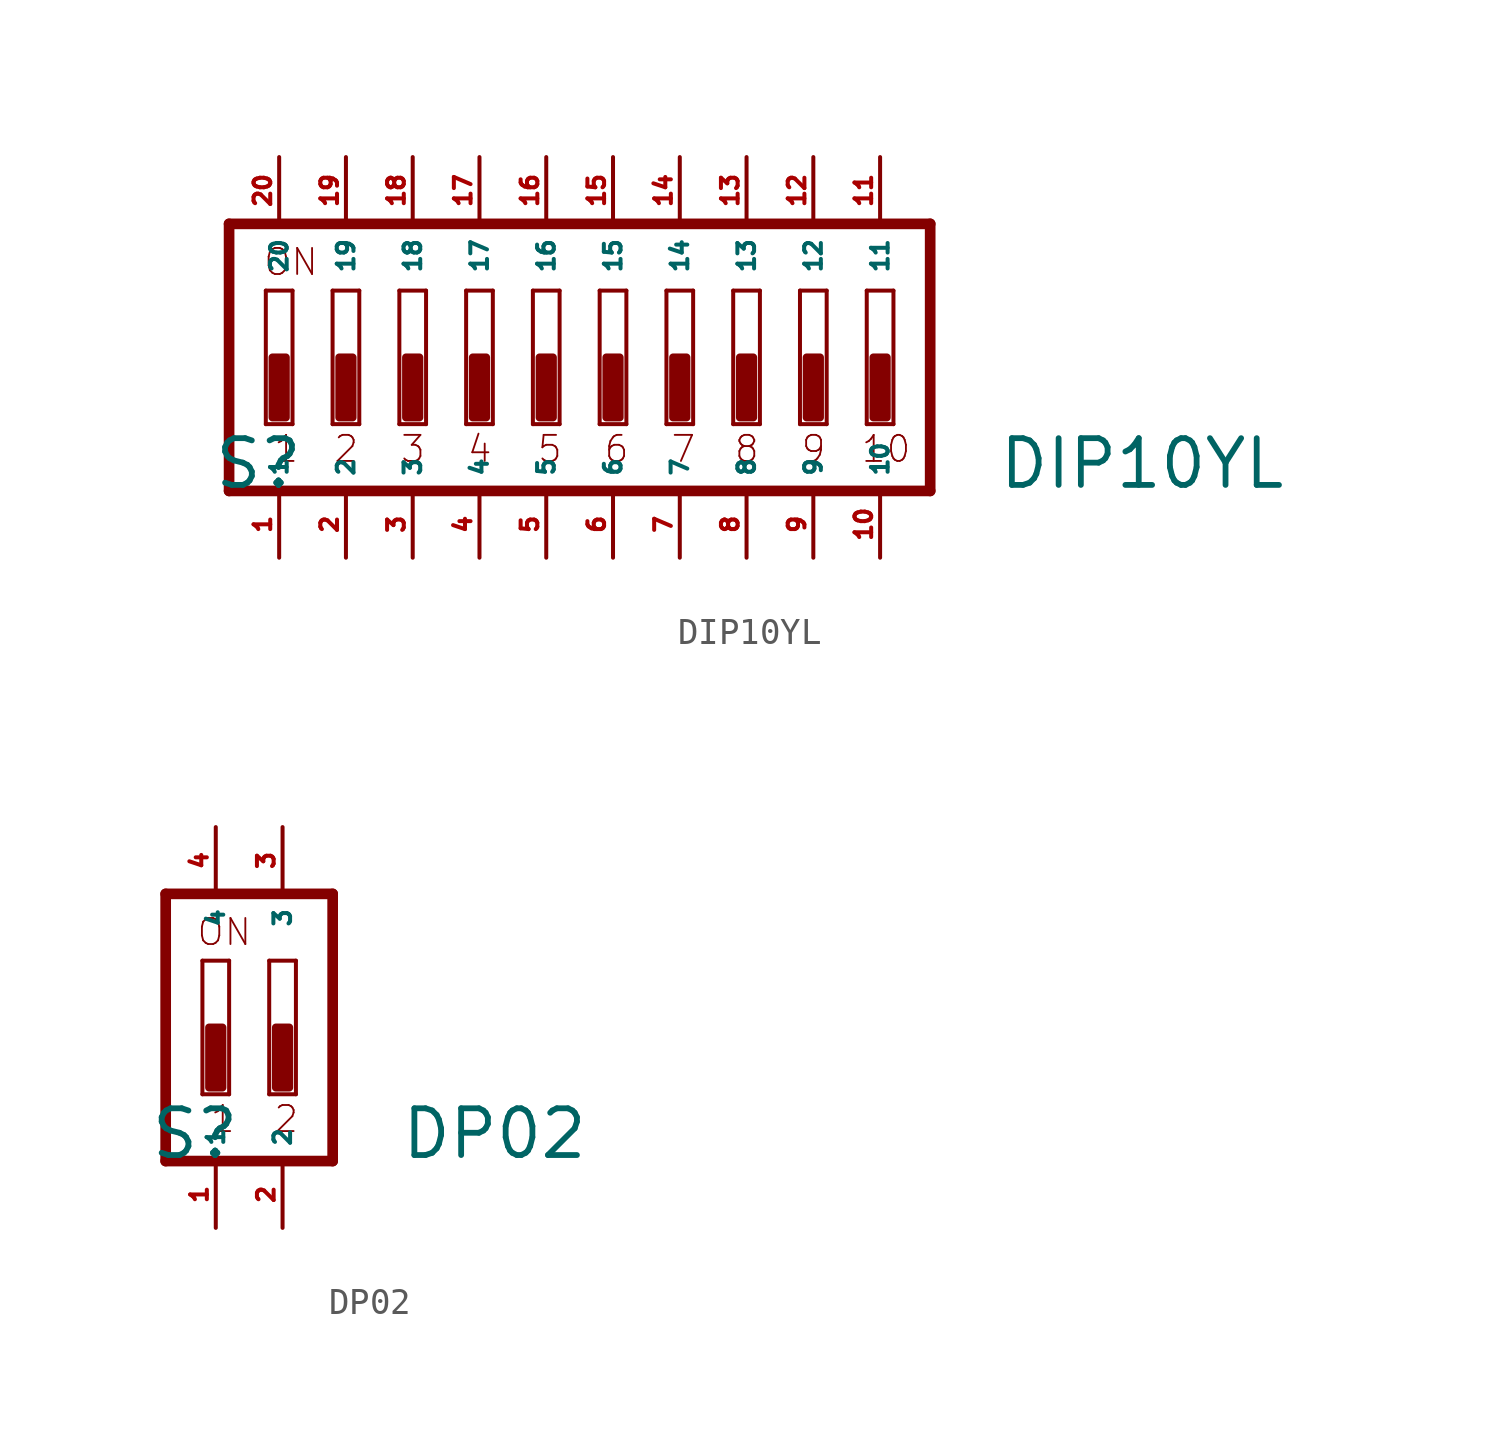
<source format=kicad_sym>
(kicad_symbol_lib
  (version 20220914)
  (generator Eagle2Kicad)
  (symbol "DIP10YL"
    (property "Reference" "S"
      (at -15.24 -5.08 0)
      (effects (font (size 1.778 1.778) (thickness 0.22)) (justify left bottom)))
    (property "Value" "DIP10YL"
      (at 14.605 -5.08 0)
      (effects (font (size 1.778 1.778) (thickness 0.22)) (justify left bottom)))
    (polyline
      (pts (xy 12.065 5.08) (xy -14.605 5.08))
      (stroke (width 0.406) (type default))
      (fill (type none)))
    (polyline
      (pts (xy -14.605 5.08) (xy -14.605 -5.08))
      (stroke (width 0.406) (type default))
      (fill (type none)))
    (polyline
      (pts (xy -14.605 -5.08) (xy 12.065 -5.08))
      (stroke (width 0.406) (type default))
      (fill (type none)))
    (polyline
      (pts (xy 12.065 -5.08) (xy 12.065 5.08))
      (stroke (width 0.406) (type default))
      (fill (type none)))
    (polyline
      (pts (xy -12.192 -2.54) (xy -13.208 -2.54))
      (stroke (width 0.152) (type default))
      (fill (type none)))
    (polyline
      (pts (xy -13.208 2.54) (xy -12.192 2.54))
      (stroke (width 0.152) (type default))
      (fill (type none)))
    (polyline
      (pts (xy -12.192 2.54) (xy -12.192 -2.54))
      (stroke (width 0.152) (type default))
      (fill (type none)))
    (polyline
      (pts (xy -13.208 -2.54) (xy -13.208 2.54))
      (stroke (width 0.152) (type default))
      (fill (type none)))
    (polyline
      (pts (xy -9.652 -2.54) (xy -10.668 -2.54))
      (stroke (width 0.152) (type default))
      (fill (type none)))
    (polyline
      (pts (xy -10.668 2.54) (xy -9.652 2.54))
      (stroke (width 0.152) (type default))
      (fill (type none)))
    (polyline
      (pts (xy -9.652 2.54) (xy -9.652 -2.54))
      (stroke (width 0.152) (type default))
      (fill (type none)))
    (polyline
      (pts (xy -10.668 -2.54) (xy -10.668 2.54))
      (stroke (width 0.152) (type default))
      (fill (type none)))
    (polyline
      (pts (xy -7.112 -2.54) (xy -8.128 -2.54))
      (stroke (width 0.152) (type default))
      (fill (type none)))
    (polyline
      (pts (xy -8.128 2.54) (xy -7.112 2.54))
      (stroke (width 0.152) (type default))
      (fill (type none)))
    (polyline
      (pts (xy -7.112 2.54) (xy -7.112 -2.54))
      (stroke (width 0.152) (type default))
      (fill (type none)))
    (polyline
      (pts (xy -8.128 -2.54) (xy -8.128 2.54))
      (stroke (width 0.152) (type default))
      (fill (type none)))
    (polyline
      (pts (xy -4.572 -2.54) (xy -5.588 -2.54))
      (stroke (width 0.152) (type default))
      (fill (type none)))
    (polyline
      (pts (xy -5.588 2.54) (xy -4.572 2.54))
      (stroke (width 0.152) (type default))
      (fill (type none)))
    (polyline
      (pts (xy -4.572 2.54) (xy -4.572 -2.54))
      (stroke (width 0.152) (type default))
      (fill (type none)))
    (polyline
      (pts (xy -5.588 -2.54) (xy -5.588 2.54))
      (stroke (width 0.152) (type default))
      (fill (type none)))
    (polyline
      (pts (xy -2.032 -2.54) (xy -3.048 -2.54))
      (stroke (width 0.152) (type default))
      (fill (type none)))
    (polyline
      (pts (xy -3.048 2.54) (xy -2.032 2.54))
      (stroke (width 0.152) (type default))
      (fill (type none)))
    (polyline
      (pts (xy -2.032 2.54) (xy -2.032 -2.54))
      (stroke (width 0.152) (type default))
      (fill (type none)))
    (polyline
      (pts (xy -3.048 -2.54) (xy -3.048 2.54))
      (stroke (width 0.152) (type default))
      (fill (type none)))
    (polyline
      (pts (xy 0.508 -2.54) (xy -0.508 -2.54))
      (stroke (width 0.152) (type default))
      (fill (type none)))
    (polyline
      (pts (xy -0.508 2.54) (xy 0.508 2.54))
      (stroke (width 0.152) (type default))
      (fill (type none)))
    (polyline
      (pts (xy 0.508 2.54) (xy 0.508 -2.54))
      (stroke (width 0.152) (type default))
      (fill (type none)))
    (polyline
      (pts (xy -0.508 -2.54) (xy -0.508 2.54))
      (stroke (width 0.152) (type default))
      (fill (type none)))
    (polyline
      (pts (xy 3.048 -2.54) (xy 2.032 -2.54))
      (stroke (width 0.152) (type default))
      (fill (type none)))
    (polyline
      (pts (xy 2.032 2.54) (xy 3.048 2.54))
      (stroke (width 0.152) (type default))
      (fill (type none)))
    (polyline
      (pts (xy 3.048 2.54) (xy 3.048 -2.54))
      (stroke (width 0.152) (type default))
      (fill (type none)))
    (polyline
      (pts (xy 2.032 -2.54) (xy 2.032 2.54))
      (stroke (width 0.152) (type default))
      (fill (type none)))
    (polyline
      (pts (xy 5.588 -2.54) (xy 4.572 -2.54))
      (stroke (width 0.152) (type default))
      (fill (type none)))
    (polyline
      (pts (xy 4.572 2.54) (xy 5.588 2.54))
      (stroke (width 0.152) (type default))
      (fill (type none)))
    (polyline
      (pts (xy 5.588 2.54) (xy 5.588 -2.54))
      (stroke (width 0.152) (type default))
      (fill (type none)))
    (polyline
      (pts (xy 4.572 -2.54) (xy 4.572 2.54))
      (stroke (width 0.152) (type default))
      (fill (type none)))
    (polyline
      (pts (xy 8.128 -2.54) (xy 7.112 -2.54))
      (stroke (width 0.152) (type default))
      (fill (type none)))
    (polyline
      (pts (xy 7.112 2.54) (xy 8.128 2.54))
      (stroke (width 0.152) (type default))
      (fill (type none)))
    (polyline
      (pts (xy 8.128 2.54) (xy 8.128 -2.54))
      (stroke (width 0.152) (type default))
      (fill (type none)))
    (polyline
      (pts (xy 7.112 -2.54) (xy 7.112 2.54))
      (stroke (width 0.152) (type default))
      (fill (type none)))
    (polyline
      (pts (xy 10.668 -2.54) (xy 9.652 -2.54))
      (stroke (width 0.152) (type default))
      (fill (type none)))
    (polyline
      (pts (xy 9.652 2.54) (xy 10.668 2.54))
      (stroke (width 0.152) (type default))
      (fill (type none)))
    (polyline
      (pts (xy 10.668 2.54) (xy 10.668 -2.54))
      (stroke (width 0.152) (type default))
      (fill (type none)))
    (polyline
      (pts (xy 9.652 -2.54) (xy 9.652 2.54))
      (stroke (width 0.152) (type default))
      (fill (type none)))
    (text "1"
      (at -12.954 -4.064 0)
      (effects (font (size 0.991 0.991) (thickness 0.07)) (justify left bottom)))
    (text "2"
      (at -10.668 -4.064 0)
      (effects (font (size 0.991 0.991) (thickness 0.07)) (justify left bottom)))
    (text "3"
      (at -8.128 -4.064 0)
      (effects (font (size 0.991 0.991) (thickness 0.07)) (justify left bottom)))
    (text "4"
      (at -5.588 -4.064 0)
      (effects (font (size 0.991 0.991) (thickness 0.07)) (justify left bottom)))
    (text "5"
      (at -2.921 -4.064 0)
      (effects (font (size 0.991 0.991) (thickness 0.07)) (justify left bottom)))
    (text "6"
      (at -0.381 -4.064 0)
      (effects (font (size 0.991 0.991) (thickness 0.07)) (justify left bottom)))
    (text "7"
      (at 2.159 -4.064 0)
      (effects (font (size 0.991 0.991) (thickness 0.07)) (justify left bottom)))
    (text "8"
      (at 4.572 -4.064 0)
      (effects (font (size 0.991 0.991) (thickness 0.07)) (justify left bottom)))
    (text "9"
      (at 7.112 -4.064 0)
      (effects (font (size 0.991 0.991) (thickness 0.07)) (justify left bottom)))
    (text "ON"
      (at -13.335 3.048 0)
      (effects (font (size 0.991 0.991) (thickness 0.07)) (justify left bottom)))
    (text "10"
      (at 9.398 -4.064 0)
      (effects (font (size 0.991 0.991) (thickness 0.07)) (justify left bottom)))
    (rectangle
      (start -12.954 -2.286)
      (end -12.446 0)
      (stroke (width 0.3) (type default))
      (fill (type outline)))
    (rectangle
      (start -10.414 -2.286)
      (end -9.906 0)
      (stroke (width 0.3) (type default))
      (fill (type outline)))
    (rectangle
      (start -7.874 -2.286)
      (end -7.366 0)
      (stroke (width 0.3) (type default))
      (fill (type outline)))
    (rectangle
      (start -5.334 -2.286)
      (end -4.826 0)
      (stroke (width 0.3) (type default))
      (fill (type outline)))
    (rectangle
      (start -2.794 -2.286)
      (end -2.286 0)
      (stroke (width 0.3) (type default))
      (fill (type outline)))
    (rectangle
      (start -0.254 -2.286)
      (end 0.254 0)
      (stroke (width 0.3) (type default))
      (fill (type outline)))
    (rectangle
      (start 2.286 -2.286)
      (end 2.794 0)
      (stroke (width 0.3) (type default))
      (fill (type outline)))
    (rectangle
      (start 4.826 -2.286)
      (end 5.334 0)
      (stroke (width 0.3) (type default))
      (fill (type outline)))
    (rectangle
      (start 7.366 -2.286)
      (end 7.874 0)
      (stroke (width 0.3) (type default))
      (fill (type outline)))
    (rectangle
      (start 9.906 -2.286)
      (end 10.414 0)
      (stroke (width 0.3) (type default))
      (fill (type outline)))
    (pin passive line
      (at 7.62 7.62 270)
      (length 2.54)
      (name "12" (effects (font (size 0.635 0.635) (thickness 0.08)) (justify left bottom)))
      (number "12" (effects (font (size 0.635 0.635) (thickness 0.08)) (justify left bottom))))
    (pin passive line
      (at 5.08 7.62 270)
      (length 2.54)
      (name "13" (effects (font (size 0.635 0.635) (thickness 0.08)) (justify left bottom)))
      (number "13" (effects (font (size 0.635 0.635) (thickness 0.08)) (justify left bottom))))
    (pin passive line
      (at 2.54 7.62 270)
      (length 2.54)
      (name "14" (effects (font (size 0.635 0.635) (thickness 0.08)) (justify left bottom)))
      (number "14" (effects (font (size 0.635 0.635) (thickness 0.08)) (justify left bottom))))
    (pin passive line
      (at 0 7.62 270)
      (length 2.54)
      (name "15" (effects (font (size 0.635 0.635) (thickness 0.08)) (justify left bottom)))
      (number "15" (effects (font (size 0.635 0.635) (thickness 0.08)) (justify left bottom))))
    (pin passive line
      (at -2.54 7.62 270)
      (length 2.54)
      (name "16" (effects (font (size 0.635 0.635) (thickness 0.08)) (justify left bottom)))
      (number "16" (effects (font (size 0.635 0.635) (thickness 0.08)) (justify left bottom))))
    (pin passive line
      (at -5.08 7.62 270)
      (length 2.54)
      (name "17" (effects (font (size 0.635 0.635) (thickness 0.08)) (justify left bottom)))
      (number "17" (effects (font (size 0.635 0.635) (thickness 0.08)) (justify left bottom))))
    (pin passive line
      (at -7.62 7.62 270)
      (length 2.54)
      (name "18" (effects (font (size 0.635 0.635) (thickness 0.08)) (justify left bottom)))
      (number "18" (effects (font (size 0.635 0.635) (thickness 0.08)) (justify left bottom))))
    (pin passive line
      (at -10.16 7.62 270)
      (length 2.54)
      (name "19" (effects (font (size 0.635 0.635) (thickness 0.08)) (justify left bottom)))
      (number "19" (effects (font (size 0.635 0.635) (thickness 0.08)) (justify left bottom))))
    (pin passive line
      (at -12.7 7.62 270)
      (length 2.54)
      (name "20" (effects (font (size 0.635 0.635) (thickness 0.08)) (justify left bottom)))
      (number "20" (effects (font (size 0.635 0.635) (thickness 0.08)) (justify left bottom))))
    (pin passive line
      (at -12.7 -7.62 90)
      (length 2.54)
      (name "1" (effects (font (size 0.635 0.635) (thickness 0.08)) (justify left bottom)))
      (number "1" (effects (font (size 0.635 0.635) (thickness 0.08)) (justify left bottom))))
    (pin passive line
      (at -10.16 -7.62 90)
      (length 2.54)
      (name "2" (effects (font (size 0.635 0.635) (thickness 0.08)) (justify left bottom)))
      (number "2" (effects (font (size 0.635 0.635) (thickness 0.08)) (justify left bottom))))
    (pin passive line
      (at -7.62 -7.62 90)
      (length 2.54)
      (name "3" (effects (font (size 0.635 0.635) (thickness 0.08)) (justify left bottom)))
      (number "3" (effects (font (size 0.635 0.635) (thickness 0.08)) (justify left bottom))))
    (pin passive line
      (at -5.08 -7.62 90)
      (length 2.54)
      (name "4" (effects (font (size 0.635 0.635) (thickness 0.08)) (justify left bottom)))
      (number "4" (effects (font (size 0.635 0.635) (thickness 0.08)) (justify left bottom))))
    (pin passive line
      (at -2.54 -7.62 90)
      (length 2.54)
      (name "5" (effects (font (size 0.635 0.635) (thickness 0.08)) (justify left bottom)))
      (number "5" (effects (font (size 0.635 0.635) (thickness 0.08)) (justify left bottom))))
    (pin passive line
      (at 0 -7.62 90)
      (length 2.54)
      (name "6" (effects (font (size 0.635 0.635) (thickness 0.08)) (justify left bottom)))
      (number "6" (effects (font (size 0.635 0.635) (thickness 0.08)) (justify left bottom))))
    (pin passive line
      (at 2.54 -7.62 90)
      (length 2.54)
      (name "7" (effects (font (size 0.635 0.635) (thickness 0.08)) (justify left bottom)))
      (number "7" (effects (font (size 0.635 0.635) (thickness 0.08)) (justify left bottom))))
    (pin passive line
      (at 5.08 -7.62 90)
      (length 2.54)
      (name "8" (effects (font (size 0.635 0.635) (thickness 0.08)) (justify left bottom)))
      (number "8" (effects (font (size 0.635 0.635) (thickness 0.08)) (justify left bottom))))
    (pin passive line
      (at 7.62 -7.62 90)
      (length 2.54)
      (name "9" (effects (font (size 0.635 0.635) (thickness 0.08)) (justify left bottom)))
      (number "9" (effects (font (size 0.635 0.635) (thickness 0.08)) (justify left bottom))))
    (pin passive line
      (at 10.16 -7.62 90)
      (length 2.54)
      (name "10" (effects (font (size 0.635 0.635) (thickness 0.08)) (justify left bottom)))
      (number "10" (effects (font (size 0.635 0.635) (thickness 0.08)) (justify left bottom))))
    (pin passive line
      (at 10.16 7.62 270)
      (length 2.54)
      (name "11" (effects (font (size 0.635 0.635) (thickness 0.08)) (justify left bottom)))
      (number "11" (effects (font (size 0.635 0.635) (thickness 0.08)) (justify left bottom)))))
  (symbol "DP02"
    (property "Reference" "S"
      (at -2.54 -5.08 0)
      (effects (font (size 1.778 1.778) (thickness 0.22)) (justify left bottom)))
    (property "Value" "DP02"
      (at 6.985 -5.08 0)
      (effects (font (size 1.778 1.778) (thickness 0.22)) (justify left bottom)))
    (polyline
      (pts (xy -1.905 5.08) (xy -1.905 -5.08))
      (stroke (width 0.406) (type default))
      (fill (type none)))
    (polyline
      (pts (xy -1.905 5.08) (xy 4.445 5.08))
      (stroke (width 0.406) (type default))
      (fill (type none)))
    (polyline
      (pts (xy 4.445 -5.08) (xy 4.445 5.08))
      (stroke (width 0.406) (type default))
      (fill (type none)))
    (polyline
      (pts (xy 4.445 -5.08) (xy -1.905 -5.08))
      (stroke (width 0.406) (type default))
      (fill (type none)))
    (polyline
      (pts (xy 0.508 -2.54) (xy -0.508 -2.54))
      (stroke (width 0.152) (type default))
      (fill (type none)))
    (polyline
      (pts (xy -0.508 2.54) (xy 0.508 2.54))
      (stroke (width 0.152) (type default))
      (fill (type none)))
    (polyline
      (pts (xy 0.508 2.54) (xy 0.508 -2.54))
      (stroke (width 0.152) (type default))
      (fill (type none)))
    (polyline
      (pts (xy -0.508 -2.54) (xy -0.508 2.54))
      (stroke (width 0.152) (type default))
      (fill (type none)))
    (polyline
      (pts (xy 3.048 -2.54) (xy 2.032 -2.54))
      (stroke (width 0.152) (type default))
      (fill (type none)))
    (polyline
      (pts (xy 2.032 2.54) (xy 3.048 2.54))
      (stroke (width 0.152) (type default))
      (fill (type none)))
    (polyline
      (pts (xy 3.048 2.54) (xy 3.048 -2.54))
      (stroke (width 0.152) (type default))
      (fill (type none)))
    (polyline
      (pts (xy 2.032 -2.54) (xy 2.032 2.54))
      (stroke (width 0.152) (type default))
      (fill (type none)))
    (text "1"
      (at -0.254 -4.064 0)
      (effects (font (size 0.991 0.991) (thickness 0.07)) (justify left bottom)))
    (text "2"
      (at 2.159 -4.064 0)
      (effects (font (size 0.991 0.991) (thickness 0.07)) (justify left bottom)))
    (text "ON"
      (at -0.762 3.048 0)
      (effects (font (size 0.991 0.991) (thickness 0.07)) (justify left bottom)))
    (rectangle
      (start -0.254 -2.286)
      (end 0.254 0)
      (stroke (width 0.3) (type default))
      (fill (type outline)))
    (rectangle
      (start 2.286 -2.286)
      (end 2.794 0)
      (stroke (width 0.3) (type default))
      (fill (type outline)))
    (pin passive line
      (at 2.54 7.62 270)
      (length 2.54)
      (name "3" (effects (font (size 0.635 0.635) (thickness 0.08)) (justify left bottom)))
      (number "3" (effects (font (size 0.635 0.635) (thickness 0.08)) (justify left bottom))))
    (pin passive line
      (at 0 7.62 270)
      (length 2.54)
      (name "4" (effects (font (size 0.635 0.635) (thickness 0.08)) (justify left bottom)))
      (number "4" (effects (font (size 0.635 0.635) (thickness 0.08)) (justify left bottom))))
    (pin passive line
      (at 0 -7.62 90)
      (length 2.54)
      (name "1" (effects (font (size 0.635 0.635) (thickness 0.08)) (justify left bottom)))
      (number "1" (effects (font (size 0.635 0.635) (thickness 0.08)) (justify left bottom))))
    (pin passive line
      (at 2.54 -7.62 90)
      (length 2.54)
      (name "2" (effects (font (size 0.635 0.635) (thickness 0.08)) (justify left bottom)))
      (number "2" (effects (font (size 0.635 0.635) (thickness 0.08)) (justify left bottom))))))
</source>
